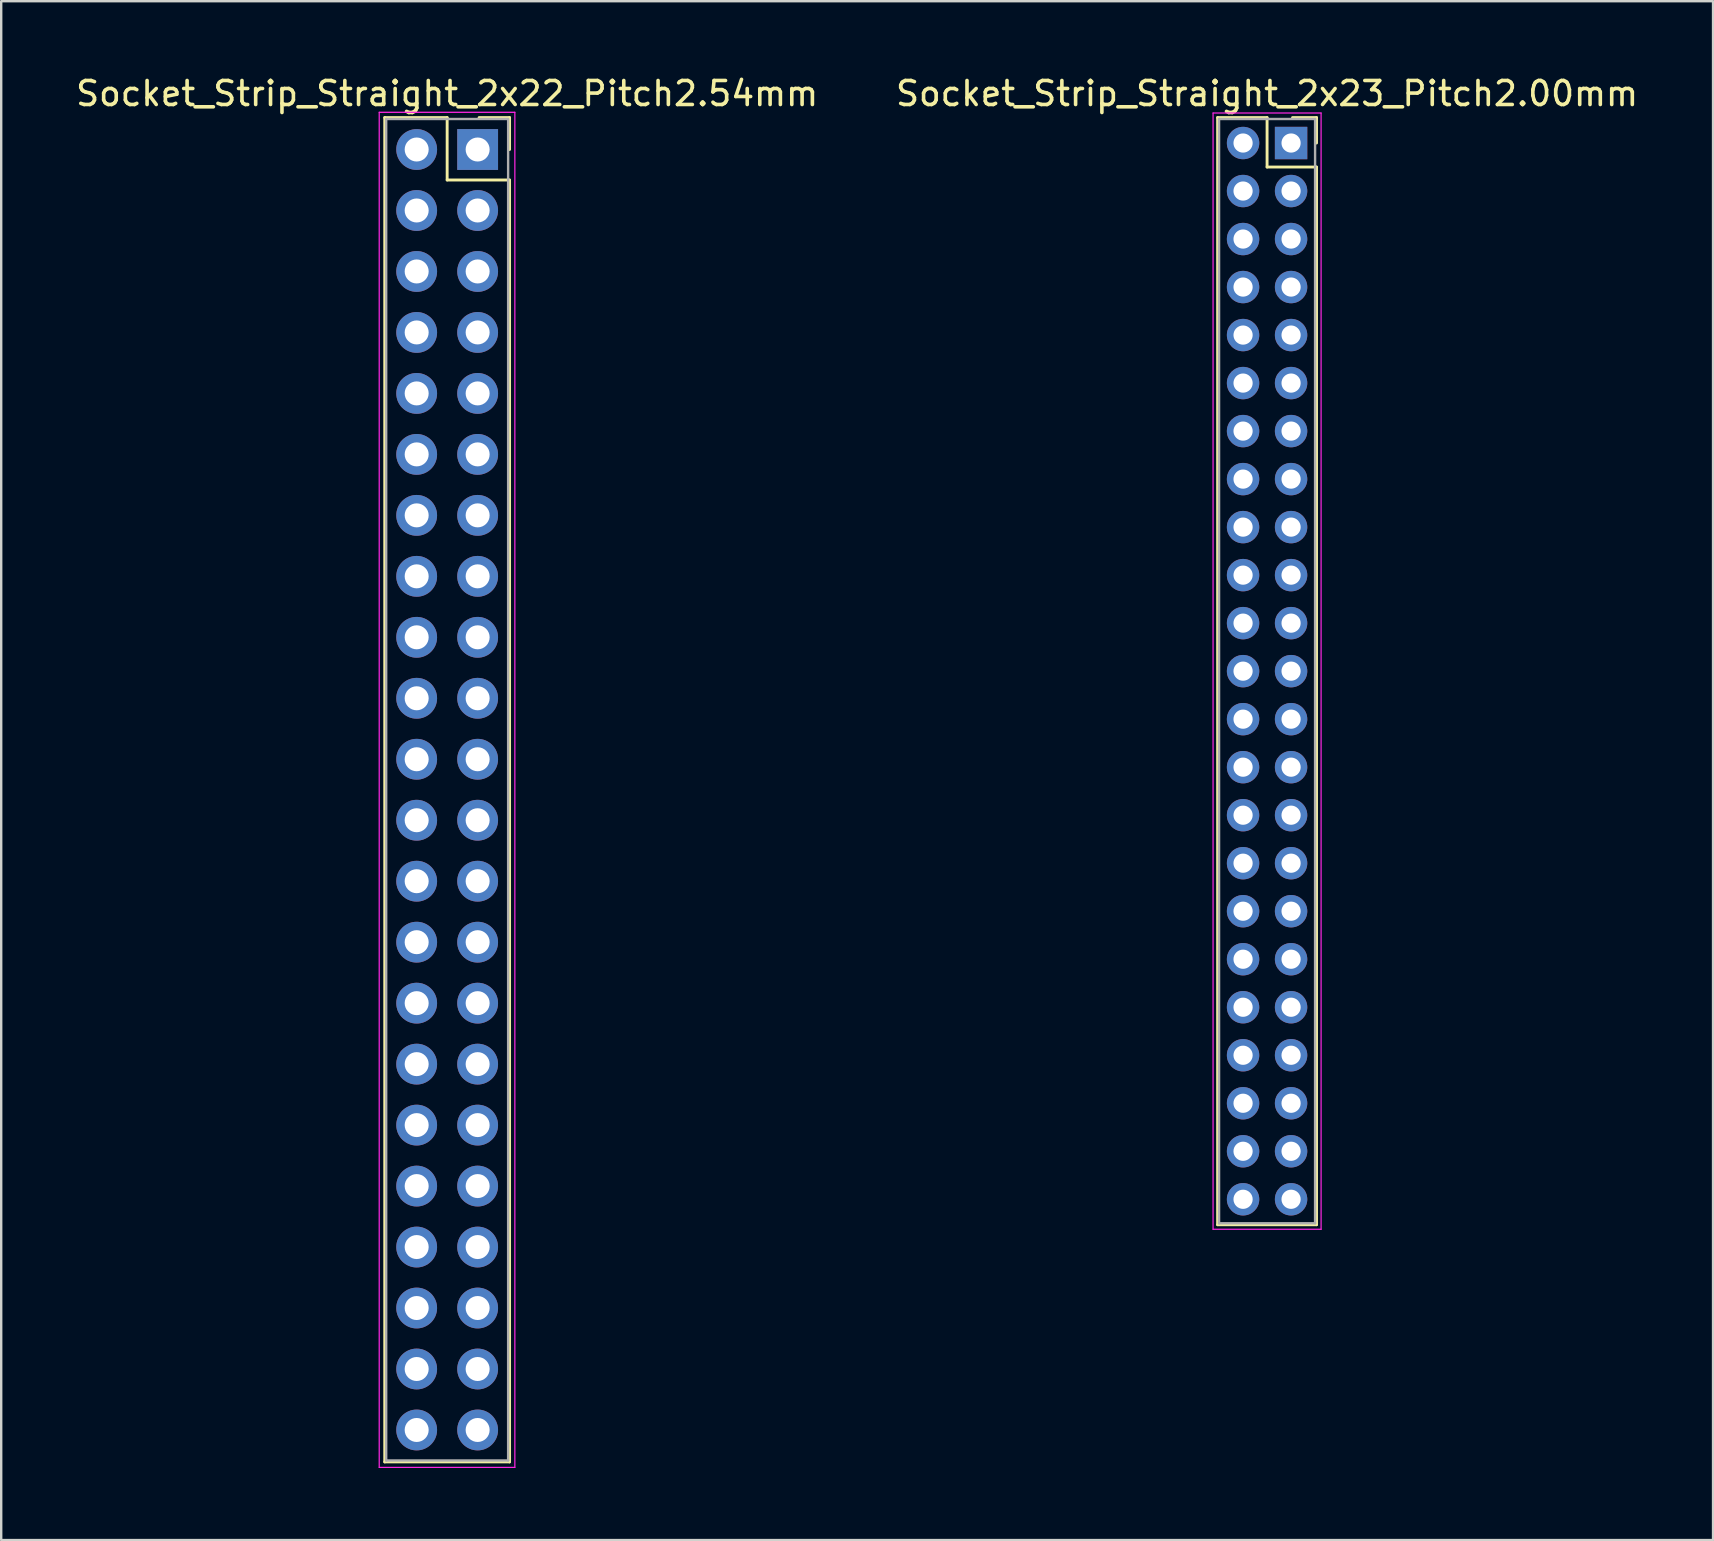
<source format=kicad_pcb>
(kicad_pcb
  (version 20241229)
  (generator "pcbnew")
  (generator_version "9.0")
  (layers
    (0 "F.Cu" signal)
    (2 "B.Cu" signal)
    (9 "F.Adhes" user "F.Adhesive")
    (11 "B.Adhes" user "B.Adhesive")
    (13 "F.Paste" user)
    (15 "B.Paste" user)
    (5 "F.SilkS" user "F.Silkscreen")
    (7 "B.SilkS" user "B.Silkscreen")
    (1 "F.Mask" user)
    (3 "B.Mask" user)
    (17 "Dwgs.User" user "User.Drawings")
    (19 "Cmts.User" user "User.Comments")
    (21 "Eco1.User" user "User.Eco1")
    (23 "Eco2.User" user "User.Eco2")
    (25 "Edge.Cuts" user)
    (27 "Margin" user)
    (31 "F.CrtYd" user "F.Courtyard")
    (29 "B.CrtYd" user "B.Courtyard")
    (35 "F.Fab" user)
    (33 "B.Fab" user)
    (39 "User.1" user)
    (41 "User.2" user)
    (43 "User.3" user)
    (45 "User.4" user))
  (footprint "Socket_Strip_Straight_2x23_Pitch2.00mm"
    (layer "F.Cu")
    (at 50.732 2.908)
    (property "Reference" "Socket_Strip_Straight_2x23_Pitch2.00mm" (at -1 -2.06 0) (layer "F.SilkS") (effects (font (size 1 1) (thickness 0.15))))
    (attr through_hole)
    (fp_line (start -3.06 -1.06) (end -1 -1.06) (stroke (width 0.12) (type solid)) (layer "F.SilkS"))
    (fp_line (start -3.06 45.06) (end -3.06 -1.06) (stroke (width 0.12) (type solid)) (layer "F.SilkS"))
    (fp_line (start -1 -1.06) (end -1 1) (stroke (width 0.12) (type solid)) (layer "F.SilkS"))
    (fp_line (start -1 1) (end 1.06 1) (stroke (width 0.12) (type solid)) (layer "F.SilkS"))
    (fp_line (start 1.06 -1.06) (end 0.06 -1.06) (stroke (width 0.12) (type solid)) (layer "F.SilkS"))
    (fp_line (start 1.06 0) (end 1.06 -1.06) (stroke (width 0.12) (type solid)) (layer "F.SilkS"))
    (fp_line (start 1.06 1) (end 1.06 45.06) (stroke (width 0.12) (type solid)) (layer "F.SilkS"))
    (fp_line (start 1.06 45.06) (end -3.06 45.06) (stroke (width 0.12) (type solid)) (layer "F.SilkS"))
    (fp_line (start -3.25 -1.25) (end -3.25 45.25) (stroke (width 0.05) (type solid)) (layer "F.CrtYd"))
    (fp_line (start -3.25 45.25) (end 1.25 45.25) (stroke (width 0.05) (type solid)) (layer "F.CrtYd"))
    (fp_line (start 1.25 -1.25) (end -3.25 -1.25) (stroke (width 0.05) (type solid)) (layer "F.CrtYd"))
    (fp_line (start 1.25 45.25) (end 1.25 -1.25) (stroke (width 0.05) (type solid)) (layer "F.CrtYd"))
    (fp_line (start -3 -1) (end -3 45) (stroke (width 0.1) (type solid)) (layer "F.Fab"))
    (fp_line (start -3 45) (end 1 45) (stroke (width 0.1) (type solid)) (layer "F.Fab"))
    (fp_line (start 1 -1) (end -3 -1) (stroke (width 0.1) (type solid)) (layer "F.Fab"))
    (fp_line (start 1 45) (end 1 -1) (stroke (width 0.1) (type solid)) (layer "F.Fab"))
    (pad "1" thru_hole rect (at 0 0) (size 1.35 1.35) (drill 0.8) (layers "*.Cu" "*.Mask"))
    (pad "2" thru_hole oval (at -2 0) (size 1.35 1.35) (drill 0.8) (layers "*.Cu" "*.Mask"))
    (pad "3" thru_hole oval (at 0 2) (size 1.35 1.35) (drill 0.8) (layers "*.Cu" "*.Mask"))
    (pad "4" thru_hole oval (at -2 2) (size 1.35 1.35) (drill 0.8) (layers "*.Cu" "*.Mask"))
    (pad "5" thru_hole oval (at 0 4) (size 1.35 1.35) (drill 0.8) (layers "*.Cu" "*.Mask"))
    (pad "6" thru_hole oval (at -2 4) (size 1.35 1.35) (drill 0.8) (layers "*.Cu" "*.Mask"))
    (pad "7" thru_hole oval (at 0 6) (size 1.35 1.35) (drill 0.8) (layers "*.Cu" "*.Mask"))
    (pad "8" thru_hole oval (at -2 6) (size 1.35 1.35) (drill 0.8) (layers "*.Cu" "*.Mask"))
    (pad "9" thru_hole oval (at 0 8) (size 1.35 1.35) (drill 0.8) (layers "*.Cu" "*.Mask"))
    (pad "10" thru_hole oval (at -2 8) (size 1.35 1.35) (drill 0.8) (layers "*.Cu" "*.Mask"))
    (pad "11" thru_hole oval (at 0 10) (size 1.35 1.35) (drill 0.8) (layers "*.Cu" "*.Mask"))
    (pad "12" thru_hole oval (at -2 10) (size 1.35 1.35) (drill 0.8) (layers "*.Cu" "*.Mask"))
    (pad "13" thru_hole oval (at 0 12) (size 1.35 1.35) (drill 0.8) (layers "*.Cu" "*.Mask"))
    (pad "14" thru_hole oval (at -2 12) (size 1.35 1.35) (drill 0.8) (layers "*.Cu" "*.Mask"))
    (pad "15" thru_hole oval (at 0 14) (size 1.35 1.35) (drill 0.8) (layers "*.Cu" "*.Mask"))
    (pad "16" thru_hole oval (at -2 14) (size 1.35 1.35) (drill 0.8) (layers "*.Cu" "*.Mask"))
    (pad "17" thru_hole oval (at 0 16) (size 1.35 1.35) (drill 0.8) (layers "*.Cu" "*.Mask"))
    (pad "18" thru_hole oval (at -2 16) (size 1.35 1.35) (drill 0.8) (layers "*.Cu" "*.Mask"))
    (pad "19" thru_hole oval (at 0 18) (size 1.35 1.35) (drill 0.8) (layers "*.Cu" "*.Mask"))
    (pad "20" thru_hole oval (at -2 18) (size 1.35 1.35) (drill 0.8) (layers "*.Cu" "*.Mask"))
    (pad "21" thru_hole oval (at 0 20) (size 1.35 1.35) (drill 0.8) (layers "*.Cu" "*.Mask"))
    (pad "22" thru_hole oval (at -2 20) (size 1.35 1.35) (drill 0.8) (layers "*.Cu" "*.Mask"))
    (pad "23" thru_hole oval (at 0 22) (size 1.35 1.35) (drill 0.8) (layers "*.Cu" "*.Mask"))
    (pad "24" thru_hole oval (at -2 22) (size 1.35 1.35) (drill 0.8) (layers "*.Cu" "*.Mask"))
    (pad "25" thru_hole oval (at 0 24) (size 1.35 1.35) (drill 0.8) (layers "*.Cu" "*.Mask"))
    (pad "26" thru_hole oval (at -2 24) (size 1.35 1.35) (drill 0.8) (layers "*.Cu" "*.Mask"))
    (pad "27" thru_hole oval (at 0 26) (size 1.35 1.35) (drill 0.8) (layers "*.Cu" "*.Mask"))
    (pad "28" thru_hole oval (at -2 26) (size 1.35 1.35) (drill 0.8) (layers "*.Cu" "*.Mask"))
    (pad "29" thru_hole oval (at 0 28) (size 1.35 1.35) (drill 0.8) (layers "*.Cu" "*.Mask"))
    (pad "30" thru_hole oval (at -2 28) (size 1.35 1.35) (drill 0.8) (layers "*.Cu" "*.Mask"))
    (pad "31" thru_hole oval (at 0 30) (size 1.35 1.35) (drill 0.8) (layers "*.Cu" "*.Mask"))
    (pad "32" thru_hole oval (at -2 30) (size 1.35 1.35) (drill 0.8) (layers "*.Cu" "*.Mask"))
    (pad "33" thru_hole oval (at 0 32) (size 1.35 1.35) (drill 0.8) (layers "*.Cu" "*.Mask"))
    (pad "34" thru_hole oval (at -2 32) (size 1.35 1.35) (drill 0.8) (layers "*.Cu" "*.Mask"))
    (pad "35" thru_hole oval (at 0 34) (size 1.35 1.35) (drill 0.8) (layers "*.Cu" "*.Mask"))
    (pad "36" thru_hole oval (at -2 34) (size 1.35 1.35) (drill 0.8) (layers "*.Cu" "*.Mask"))
    (pad "37" thru_hole oval (at 0 36) (size 1.35 1.35) (drill 0.8) (layers "*.Cu" "*.Mask"))
    (pad "38" thru_hole oval (at -2 36) (size 1.35 1.35) (drill 0.8) (layers "*.Cu" "*.Mask"))
    (pad "39" thru_hole oval (at 0 38) (size 1.35 1.35) (drill 0.8) (layers "*.Cu" "*.Mask"))
    (pad "40" thru_hole oval (at -2 38) (size 1.35 1.35) (drill 0.8) (layers "*.Cu" "*.Mask"))
    (pad "41" thru_hole oval (at 0 40) (size 1.35 1.35) (drill 0.8) (layers "*.Cu" "*.Mask"))
    (pad "42" thru_hole oval (at -2 40) (size 1.35 1.35) (drill 0.8) (layers "*.Cu" "*.Mask"))
    (pad "43" thru_hole oval (at 0 42) (size 1.35 1.35) (drill 0.8) (layers "*.Cu" "*.Mask"))
    (pad "44" thru_hole oval (at -2 42) (size 1.35 1.35) (drill 0.8) (layers "*.Cu" "*.Mask"))
    (pad "45" thru_hole oval (at 0 44) (size 1.35 1.35) (drill 0.8) (layers "*.Cu" "*.Mask"))
    (pad "46" thru_hole oval (at -2 44) (size 1.35 1.35) (drill 0.8) (layers "*.Cu" "*.Mask")))
  (footprint "Socket_Strip_Straight_2x22_Pitch2.54mm"
    (layer "F.Cu")
    (at 16.847 3.178)
    (property "Reference" "Socket_Strip_Straight_2x22_Pitch2.54mm" (at -1.27 -2.33 0) (layer "F.SilkS") (effects (font (size 1 1) (thickness 0.15))))
    (attr through_hole)
    (fp_line (start -3.87 -1.33) (end -1.27 -1.33) (stroke (width 0.12) (type solid)) (layer "F.SilkS"))
    (fp_line (start -3.87 54.67) (end -3.87 -1.33) (stroke (width 0.12) (type solid)) (layer "F.SilkS"))
    (fp_line (start -1.27 -1.33) (end -1.27 1.27) (stroke (width 0.12) (type solid)) (layer "F.SilkS"))
    (fp_line (start -1.27 1.27) (end 1.33 1.27) (stroke (width 0.12) (type solid)) (layer "F.SilkS"))
    (fp_line (start 1.33 -1.33) (end 0.06 -1.33) (stroke (width 0.12) (type solid)) (layer "F.SilkS"))
    (fp_line (start 1.33 0) (end 1.33 -1.33) (stroke (width 0.12) (type solid)) (layer "F.SilkS"))
    (fp_line (start 1.33 1.27) (end 1.33 54.67) (stroke (width 0.12) (type solid)) (layer "F.SilkS"))
    (fp_line (start 1.33 54.67) (end -3.87 54.67) (stroke (width 0.12) (type solid)) (layer "F.SilkS"))
    (fp_line (start -4.1 -1.55) (end -4.1 54.9) (stroke (width 0.05) (type solid)) (layer "F.CrtYd"))
    (fp_line (start -4.1 54.9) (end 1.55 54.9) (stroke (width 0.05) (type solid)) (layer "F.CrtYd"))
    (fp_line (start 1.55 -1.55) (end -4.1 -1.55) (stroke (width 0.05) (type solid)) (layer "F.CrtYd"))
    (fp_line (start 1.55 54.9) (end 1.55 -1.55) (stroke (width 0.05) (type solid)) (layer "F.CrtYd"))
    (fp_line (start -3.81 -1.27) (end -3.81 54.61) (stroke (width 0.1) (type solid)) (layer "F.Fab"))
    (fp_line (start -3.81 54.61) (end 1.27 54.61) (stroke (width 0.1) (type solid)) (layer "F.Fab"))
    (fp_line (start 1.27 -1.27) (end -3.81 -1.27) (stroke (width 0.1) (type solid)) (layer "F.Fab"))
    (fp_line (start 1.27 54.61) (end 1.27 -1.27) (stroke (width 0.1) (type solid)) (layer "F.Fab"))
    (pad "1" thru_hole rect (at 0 0) (size 1.7 1.7) (drill 1) (layers "*.Cu" "*.Mask"))
    (pad "2" thru_hole oval (at -2.54 0) (size 1.7 1.7) (drill 1) (layers "*.Cu" "*.Mask"))
    (pad "3" thru_hole oval (at 0 2.54) (size 1.7 1.7) (drill 1) (layers "*.Cu" "*.Mask"))
    (pad "4" thru_hole oval (at -2.54 2.54) (size 1.7 1.7) (drill 1) (layers "*.Cu" "*.Mask"))
    (pad "5" thru_hole oval (at 0 5.08) (size 1.7 1.7) (drill 1) (layers "*.Cu" "*.Mask"))
    (pad "6" thru_hole oval (at -2.54 5.08) (size 1.7 1.7) (drill 1) (layers "*.Cu" "*.Mask"))
    (pad "7" thru_hole oval (at 0 7.62) (size 1.7 1.7) (drill 1) (layers "*.Cu" "*.Mask"))
    (pad "8" thru_hole oval (at -2.54 7.62) (size 1.7 1.7) (drill 1) (layers "*.Cu" "*.Mask"))
    (pad "9" thru_hole oval (at 0 10.16) (size 1.7 1.7) (drill 1) (layers "*.Cu" "*.Mask"))
    (pad "10" thru_hole oval (at -2.54 10.16) (size 1.7 1.7) (drill 1) (layers "*.Cu" "*.Mask"))
    (pad "11" thru_hole oval (at 0 12.7) (size 1.7 1.7) (drill 1) (layers "*.Cu" "*.Mask"))
    (pad "12" thru_hole oval (at -2.54 12.7) (size 1.7 1.7) (drill 1) (layers "*.Cu" "*.Mask"))
    (pad "13" thru_hole oval (at 0 15.24) (size 1.7 1.7) (drill 1) (layers "*.Cu" "*.Mask"))
    (pad "14" thru_hole oval (at -2.54 15.24) (size 1.7 1.7) (drill 1) (layers "*.Cu" "*.Mask"))
    (pad "15" thru_hole oval (at 0 17.78) (size 1.7 1.7) (drill 1) (layers "*.Cu" "*.Mask"))
    (pad "16" thru_hole oval (at -2.54 17.78) (size 1.7 1.7) (drill 1) (layers "*.Cu" "*.Mask"))
    (pad "17" thru_hole oval (at 0 20.32) (size 1.7 1.7) (drill 1) (layers "*.Cu" "*.Mask"))
    (pad "18" thru_hole oval (at -2.54 20.32) (size 1.7 1.7) (drill 1) (layers "*.Cu" "*.Mask"))
    (pad "19" thru_hole oval (at 0 22.86) (size 1.7 1.7) (drill 1) (layers "*.Cu" "*.Mask"))
    (pad "20" thru_hole oval (at -2.54 22.86) (size 1.7 1.7) (drill 1) (layers "*.Cu" "*.Mask"))
    (pad "21" thru_hole oval (at 0 25.4) (size 1.7 1.7) (drill 1) (layers "*.Cu" "*.Mask"))
    (pad "22" thru_hole oval (at -2.54 25.4) (size 1.7 1.7) (drill 1) (layers "*.Cu" "*.Mask"))
    (pad "23" thru_hole oval (at 0 27.94) (size 1.7 1.7) (drill 1) (layers "*.Cu" "*.Mask"))
    (pad "24" thru_hole oval (at -2.54 27.94) (size 1.7 1.7) (drill 1) (layers "*.Cu" "*.Mask"))
    (pad "25" thru_hole oval (at 0 30.48) (size 1.7 1.7) (drill 1) (layers "*.Cu" "*.Mask"))
    (pad "26" thru_hole oval (at -2.54 30.48) (size 1.7 1.7) (drill 1) (layers "*.Cu" "*.Mask"))
    (pad "27" thru_hole oval (at 0 33.02) (size 1.7 1.7) (drill 1) (layers "*.Cu" "*.Mask"))
    (pad "28" thru_hole oval (at -2.54 33.02) (size 1.7 1.7) (drill 1) (layers "*.Cu" "*.Mask"))
    (pad "29" thru_hole oval (at 0 35.56) (size 1.7 1.7) (drill 1) (layers "*.Cu" "*.Mask"))
    (pad "30" thru_hole oval (at -2.54 35.56) (size 1.7 1.7) (drill 1) (layers "*.Cu" "*.Mask"))
    (pad "31" thru_hole oval (at 0 38.1) (size 1.7 1.7) (drill 1) (layers "*.Cu" "*.Mask"))
    (pad "32" thru_hole oval (at -2.54 38.1) (size 1.7 1.7) (drill 1) (layers "*.Cu" "*.Mask"))
    (pad "33" thru_hole oval (at 0 40.64) (size 1.7 1.7) (drill 1) (layers "*.Cu" "*.Mask"))
    (pad "34" thru_hole oval (at -2.54 40.64) (size 1.7 1.7) (drill 1) (layers "*.Cu" "*.Mask"))
    (pad "35" thru_hole oval (at 0 43.18) (size 1.7 1.7) (drill 1) (layers "*.Cu" "*.Mask"))
    (pad "36" thru_hole oval (at -2.54 43.18) (size 1.7 1.7) (drill 1) (layers "*.Cu" "*.Mask"))
    (pad "37" thru_hole oval (at 0 45.72) (size 1.7 1.7) (drill 1) (layers "*.Cu" "*.Mask"))
    (pad "38" thru_hole oval (at -2.54 45.72) (size 1.7 1.7) (drill 1) (layers "*.Cu" "*.Mask"))
    (pad "39" thru_hole oval (at 0 48.26) (size 1.7 1.7) (drill 1) (layers "*.Cu" "*.Mask"))
    (pad "40" thru_hole oval (at -2.54 48.26) (size 1.7 1.7) (drill 1) (layers "*.Cu" "*.Mask"))
    (pad "41" thru_hole oval (at 0 50.8) (size 1.7 1.7) (drill 1) (layers "*.Cu" "*.Mask"))
    (pad "42" thru_hole oval (at -2.54 50.8) (size 1.7 1.7) (drill 1) (layers "*.Cu" "*.Mask"))
    (pad "43" thru_hole oval (at 0 53.34) (size 1.7 1.7) (drill 1) (layers "*.Cu" "*.Mask"))
    (pad "44" thru_hole oval (at -2.54 53.34) (size 1.7 1.7) (drill 1) (layers "*.Cu" "*.Mask")))
  (gr_rect
    (start -3 -3)
    (end 68.31 61.103)
    (stroke (width 0.1) (type default))
    (fill no)
    (layer "Edge.Cuts")))
</source>
